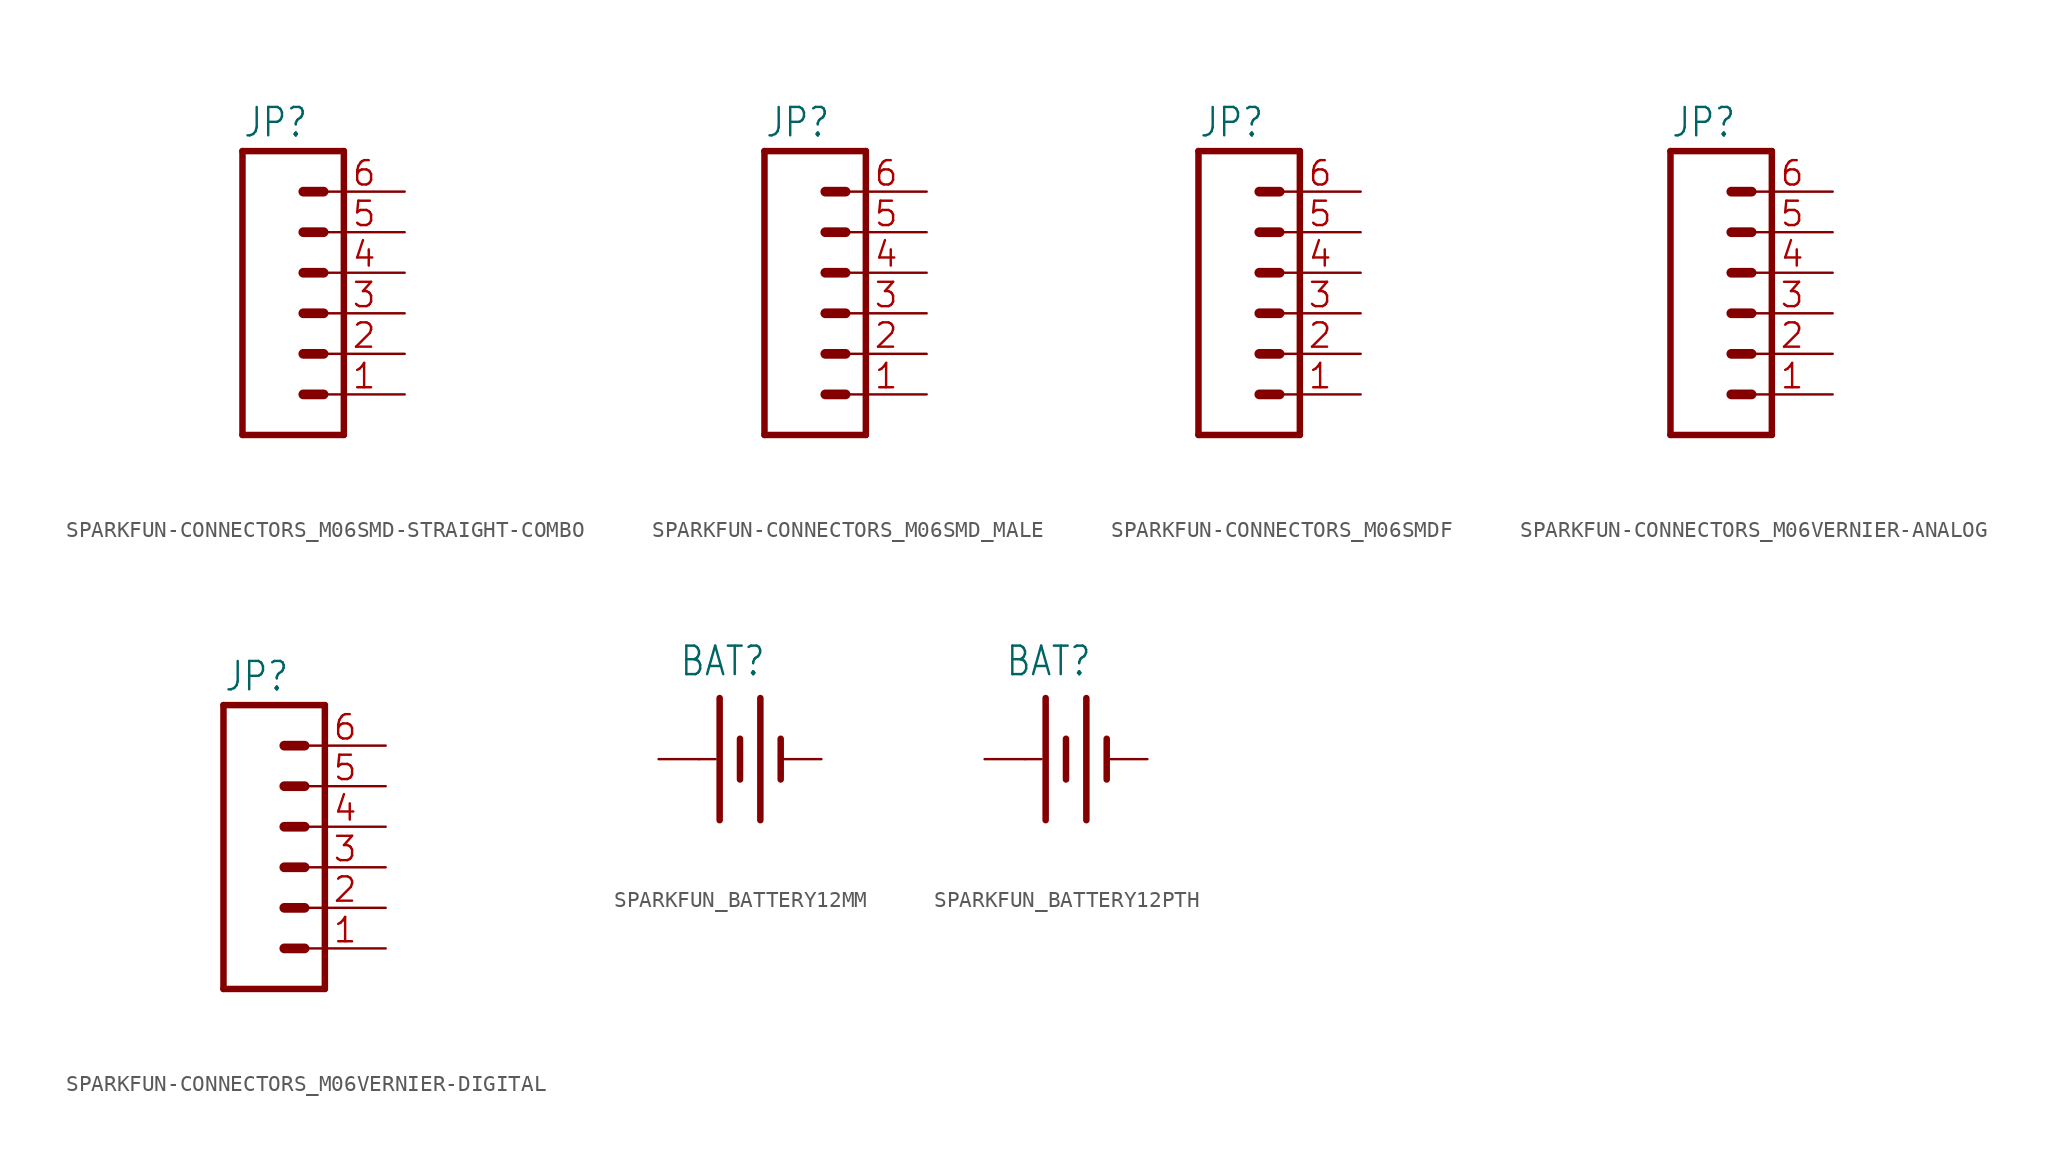
<source format=kicad_sym>
(kicad_symbol_lib
  (version 20241209)
  (generator "kicad_symbol_editor")
  (generator_version "9.0")
  (symbol "SPARKFUN-CONNECTORS_M06SMD-STRAIGHT-COMBO"
    (property "Reference" "JP"
      (at -5.08 10.922 0)
      (effects (font (size 1.778 1.511)) (justify left bottom)))
    (property "Value" ""
      (at -5.08 -10.16 0)
      (effects (font (size 1.778 1.511)) (justify left bottom)))
    (property "ki_locked" ""
      (at 0 0 0)
      (effects (font (size 1.27 1.27))))
    (symbol "SPARKFUN-CONNECTORS_M06SMD-STRAIGHT-COMBO_1_0"
      (polyline (pts (xy -5.08 10.16) (xy -5.08 -7.62)) (stroke (width 0.406) (type solid)) (fill (type none)))
      (polyline (pts (xy -5.08 10.16) (xy 1.27 10.16)) (stroke (width 0.406) (type solid)) (fill (type none)))
      (polyline (pts (xy -1.27 7.62) (xy 0 7.62)) (stroke (width 0.61) (type solid)) (fill (type none)))
      (polyline (pts (xy -1.27 5.08) (xy 0 5.08)) (stroke (width 0.61) (type solid)) (fill (type none)))
      (polyline (pts (xy -1.27 2.54) (xy 0 2.54)) (stroke (width 0.61) (type solid)) (fill (type none)))
      (polyline (pts (xy -1.27 0) (xy 0 0)) (stroke (width 0.61) (type solid)) (fill (type none)))
      (polyline (pts (xy -1.27 -2.54) (xy 0 -2.54)) (stroke (width 0.61) (type solid)) (fill (type none)))
      (polyline (pts (xy -1.27 -5.08) (xy 0 -5.08)) (stroke (width 0.61) (type solid)) (fill (type none)))
      (polyline (pts (xy 1.27 -7.62) (xy -5.08 -7.62)) (stroke (width 0.406) (type solid)) (fill (type none)))
      (polyline (pts (xy 1.27 -7.62) (xy 1.27 10.16)) (stroke (width 0.406) (type solid)) (fill (type none)))
      (pin passive line (at 5.08 7.62 180) (length 5.08) (name "6" (effects (font (size 0 0)))) (number "6" (effects (font (size 1.524 1.524)))))
      (pin passive line (at 5.08 5.08 180) (length 5.08) (name "5" (effects (font (size 0 0)))) (number "5" (effects (font (size 1.524 1.524)))))
      (pin passive line (at 5.08 2.54 180) (length 5.08) (name "4" (effects (font (size 0 0)))) (number "4" (effects (font (size 1.524 1.524)))))
      (pin passive line (at 5.08 0 180) (length 5.08) (name "3" (effects (font (size 0 0)))) (number "3" (effects (font (size 1.524 1.524)))))
      (pin passive line (at 5.08 -2.54 180) (length 5.08) (name "2" (effects (font (size 0 0)))) (number "2" (effects (font (size 1.524 1.524)))))
      (pin passive line (at 5.08 -5.08 180) (length 5.08) (name "1" (effects (font (size 0 0)))) (number "1" (effects (font (size 1.524 1.524)))))))
  (symbol "SPARKFUN-CONNECTORS_M06SMD_MALE"
    (property "Reference" "JP"
      (at -5.08 10.922 0)
      (effects (font (size 1.778 1.511)) (justify left bottom)))
    (property "Value" ""
      (at -5.08 -10.16 0)
      (effects (font (size 1.778 1.511)) (justify left bottom)))
    (property "ki_locked" ""
      (at 0 0 0)
      (effects (font (size 1.27 1.27))))
    (symbol "SPARKFUN-CONNECTORS_M06SMD_MALE_1_0"
      (polyline (pts (xy -5.08 10.16) (xy -5.08 -7.62)) (stroke (width 0.406) (type solid)) (fill (type none)))
      (polyline (pts (xy -5.08 10.16) (xy 1.27 10.16)) (stroke (width 0.406) (type solid)) (fill (type none)))
      (polyline (pts (xy -1.27 7.62) (xy 0 7.62)) (stroke (width 0.61) (type solid)) (fill (type none)))
      (polyline (pts (xy -1.27 5.08) (xy 0 5.08)) (stroke (width 0.61) (type solid)) (fill (type none)))
      (polyline (pts (xy -1.27 2.54) (xy 0 2.54)) (stroke (width 0.61) (type solid)) (fill (type none)))
      (polyline (pts (xy -1.27 0) (xy 0 0)) (stroke (width 0.61) (type solid)) (fill (type none)))
      (polyline (pts (xy -1.27 -2.54) (xy 0 -2.54)) (stroke (width 0.61) (type solid)) (fill (type none)))
      (polyline (pts (xy -1.27 -5.08) (xy 0 -5.08)) (stroke (width 0.61) (type solid)) (fill (type none)))
      (polyline (pts (xy 1.27 -7.62) (xy -5.08 -7.62)) (stroke (width 0.406) (type solid)) (fill (type none)))
      (polyline (pts (xy 1.27 -7.62) (xy 1.27 10.16)) (stroke (width 0.406) (type solid)) (fill (type none)))
      (pin passive line (at 5.08 7.62 180) (length 5.08) (name "6" (effects (font (size 0 0)))) (number "6" (effects (font (size 1.524 1.524)))))
      (pin passive line (at 5.08 5.08 180) (length 5.08) (name "5" (effects (font (size 0 0)))) (number "5" (effects (font (size 1.524 1.524)))))
      (pin passive line (at 5.08 2.54 180) (length 5.08) (name "4" (effects (font (size 0 0)))) (number "4" (effects (font (size 1.524 1.524)))))
      (pin passive line (at 5.08 0 180) (length 5.08) (name "3" (effects (font (size 0 0)))) (number "3" (effects (font (size 1.524 1.524)))))
      (pin passive line (at 5.08 -2.54 180) (length 5.08) (name "2" (effects (font (size 0 0)))) (number "2" (effects (font (size 1.524 1.524)))))
      (pin passive line (at 5.08 -5.08 180) (length 5.08) (name "1" (effects (font (size 0 0)))) (number "1" (effects (font (size 1.524 1.524)))))))
  (symbol "SPARKFUN-CONNECTORS_M06SMDF"
    (property "Reference" "JP"
      (at -5.08 10.922 0)
      (effects (font (size 1.778 1.511)) (justify left bottom)))
    (property "Value" ""
      (at -5.08 -10.16 0)
      (effects (font (size 1.778 1.511)) (justify left bottom)))
    (property "ki_locked" ""
      (at 0 0 0)
      (effects (font (size 1.27 1.27))))
    (symbol "SPARKFUN-CONNECTORS_M06SMDF_1_0"
      (polyline (pts (xy -5.08 10.16) (xy -5.08 -7.62)) (stroke (width 0.406) (type solid)) (fill (type none)))
      (polyline (pts (xy -5.08 10.16) (xy 1.27 10.16)) (stroke (width 0.406) (type solid)) (fill (type none)))
      (polyline (pts (xy -1.27 7.62) (xy 0 7.62)) (stroke (width 0.61) (type solid)) (fill (type none)))
      (polyline (pts (xy -1.27 5.08) (xy 0 5.08)) (stroke (width 0.61) (type solid)) (fill (type none)))
      (polyline (pts (xy -1.27 2.54) (xy 0 2.54)) (stroke (width 0.61) (type solid)) (fill (type none)))
      (polyline (pts (xy -1.27 0) (xy 0 0)) (stroke (width 0.61) (type solid)) (fill (type none)))
      (polyline (pts (xy -1.27 -2.54) (xy 0 -2.54)) (stroke (width 0.61) (type solid)) (fill (type none)))
      (polyline (pts (xy -1.27 -5.08) (xy 0 -5.08)) (stroke (width 0.61) (type solid)) (fill (type none)))
      (polyline (pts (xy 1.27 -7.62) (xy -5.08 -7.62)) (stroke (width 0.406) (type solid)) (fill (type none)))
      (polyline (pts (xy 1.27 -7.62) (xy 1.27 10.16)) (stroke (width 0.406) (type solid)) (fill (type none)))
      (pin passive line (at 5.08 7.62 180) (length 5.08) (name "6" (effects (font (size 0 0)))) (number "6" (effects (font (size 1.524 1.524)))))
      (pin passive line (at 5.08 5.08 180) (length 5.08) (name "5" (effects (font (size 0 0)))) (number "5" (effects (font (size 1.524 1.524)))))
      (pin passive line (at 5.08 2.54 180) (length 5.08) (name "4" (effects (font (size 0 0)))) (number "4" (effects (font (size 1.524 1.524)))))
      (pin passive line (at 5.08 0 180) (length 5.08) (name "3" (effects (font (size 0 0)))) (number "3" (effects (font (size 1.524 1.524)))))
      (pin passive line (at 5.08 -2.54 180) (length 5.08) (name "2" (effects (font (size 0 0)))) (number "2" (effects (font (size 1.524 1.524)))))
      (pin passive line (at 5.08 -5.08 180) (length 5.08) (name "1" (effects (font (size 0 0)))) (number "1" (effects (font (size 1.524 1.524)))))))
  (symbol "SPARKFUN-CONNECTORS_M06VERNIER-ANALOG"
    (property "Reference" "JP"
      (at -5.08 10.922 0)
      (effects (font (size 1.778 1.511)) (justify left bottom)))
    (property "Value" ""
      (at -5.08 -10.16 0)
      (effects (font (size 1.778 1.511)) (justify left bottom)))
    (property "ki_locked" ""
      (at 0 0 0)
      (effects (font (size 1.27 1.27))))
    (symbol "SPARKFUN-CONNECTORS_M06VERNIER-ANALOG_1_0"
      (polyline (pts (xy -5.08 10.16) (xy -5.08 -7.62)) (stroke (width 0.406) (type solid)) (fill (type none)))
      (polyline (pts (xy -5.08 10.16) (xy 1.27 10.16)) (stroke (width 0.406) (type solid)) (fill (type none)))
      (polyline (pts (xy -1.27 7.62) (xy 0 7.62)) (stroke (width 0.61) (type solid)) (fill (type none)))
      (polyline (pts (xy -1.27 5.08) (xy 0 5.08)) (stroke (width 0.61) (type solid)) (fill (type none)))
      (polyline (pts (xy -1.27 2.54) (xy 0 2.54)) (stroke (width 0.61) (type solid)) (fill (type none)))
      (polyline (pts (xy -1.27 0) (xy 0 0)) (stroke (width 0.61) (type solid)) (fill (type none)))
      (polyline (pts (xy -1.27 -2.54) (xy 0 -2.54)) (stroke (width 0.61) (type solid)) (fill (type none)))
      (polyline (pts (xy -1.27 -5.08) (xy 0 -5.08)) (stroke (width 0.61) (type solid)) (fill (type none)))
      (polyline (pts (xy 1.27 -7.62) (xy -5.08 -7.62)) (stroke (width 0.406) (type solid)) (fill (type none)))
      (polyline (pts (xy 1.27 -7.62) (xy 1.27 10.16)) (stroke (width 0.406) (type solid)) (fill (type none)))
      (pin passive line (at 5.08 7.62 180) (length 5.08) (name "6" (effects (font (size 0 0)))) (number "6" (effects (font (size 1.524 1.524)))))
      (pin passive line (at 5.08 5.08 180) (length 5.08) (name "5" (effects (font (size 0 0)))) (number "5" (effects (font (size 1.524 1.524)))))
      (pin passive line (at 5.08 2.54 180) (length 5.08) (name "4" (effects (font (size 0 0)))) (number "4" (effects (font (size 1.524 1.524)))))
      (pin passive line (at 5.08 0 180) (length 5.08) (name "3" (effects (font (size 0 0)))) (number "3" (effects (font (size 1.524 1.524)))))
      (pin passive line (at 5.08 -2.54 180) (length 5.08) (name "2" (effects (font (size 0 0)))) (number "2" (effects (font (size 1.524 1.524)))))
      (pin passive line (at 5.08 -5.08 180) (length 5.08) (name "1" (effects (font (size 0 0)))) (number "1" (effects (font (size 1.524 1.524)))))))
  (symbol "SPARKFUN-CONNECTORS_M06VERNIER-DIGITAL"
    (property "Reference" "JP"
      (at -5.08 10.922 0)
      (effects (font (size 1.778 1.511)) (justify left bottom)))
    (property "Value" ""
      (at -5.08 -10.16 0)
      (effects (font (size 1.778 1.511)) (justify left bottom)))
    (property "ki_locked" ""
      (at 0 0 0)
      (effects (font (size 1.27 1.27))))
    (symbol "SPARKFUN-CONNECTORS_M06VERNIER-DIGITAL_1_0"
      (polyline (pts (xy -5.08 10.16) (xy -5.08 -7.62)) (stroke (width 0.406) (type solid)) (fill (type none)))
      (polyline (pts (xy -5.08 10.16) (xy 1.27 10.16)) (stroke (width 0.406) (type solid)) (fill (type none)))
      (polyline (pts (xy -1.27 7.62) (xy 0 7.62)) (stroke (width 0.61) (type solid)) (fill (type none)))
      (polyline (pts (xy -1.27 5.08) (xy 0 5.08)) (stroke (width 0.61) (type solid)) (fill (type none)))
      (polyline (pts (xy -1.27 2.54) (xy 0 2.54)) (stroke (width 0.61) (type solid)) (fill (type none)))
      (polyline (pts (xy -1.27 0) (xy 0 0)) (stroke (width 0.61) (type solid)) (fill (type none)))
      (polyline (pts (xy -1.27 -2.54) (xy 0 -2.54)) (stroke (width 0.61) (type solid)) (fill (type none)))
      (polyline (pts (xy -1.27 -5.08) (xy 0 -5.08)) (stroke (width 0.61) (type solid)) (fill (type none)))
      (polyline (pts (xy 1.27 -7.62) (xy -5.08 -7.62)) (stroke (width 0.406) (type solid)) (fill (type none)))
      (polyline (pts (xy 1.27 -7.62) (xy 1.27 10.16)) (stroke (width 0.406) (type solid)) (fill (type none)))
      (pin passive line (at 5.08 7.62 180) (length 5.08) (name "6" (effects (font (size 0 0)))) (number "6" (effects (font (size 1.524 1.524)))))
      (pin passive line (at 5.08 5.08 180) (length 5.08) (name "5" (effects (font (size 0 0)))) (number "5" (effects (font (size 1.524 1.524)))))
      (pin passive line (at 5.08 2.54 180) (length 5.08) (name "4" (effects (font (size 0 0)))) (number "4" (effects (font (size 1.524 1.524)))))
      (pin passive line (at 5.08 0 180) (length 5.08) (name "3" (effects (font (size 0 0)))) (number "3" (effects (font (size 1.524 1.524)))))
      (pin passive line (at 5.08 -2.54 180) (length 5.08) (name "2" (effects (font (size 0 0)))) (number "2" (effects (font (size 1.524 1.524)))))
      (pin passive line (at 5.08 -5.08 180) (length 5.08) (name "1" (effects (font (size 0 0)))) (number "1" (effects (font (size 1.524 1.524)))))))
  (symbol "SPARKFUN_BATTERY12MM"
    (property "Reference" "BAT"
      (at -3.81 5.08 0)
      (effects (font (size 1.778 1.511)) (justify left bottom)))
    (property "Value" ""
      (at -3.81 -6.35 0)
      (effects (font (size 1.778 1.511)) (justify left bottom)))
    (property "ki_locked" ""
      (at 0 0 0)
      (effects (font (size 1.27 1.27))))
    (symbol "SPARKFUN_BATTERY12MM_1_0"
      (polyline (pts (xy -2.54 0) (xy -1.524 0)) (stroke (width 0.152) (type solid)) (fill (type none)))
      (polyline (pts (xy -1.27 3.81) (xy -1.27 -3.81)) (stroke (width 0.406) (type solid)) (fill (type none)))
      (polyline (pts (xy 0 1.27) (xy 0 -1.27)) (stroke (width 0.406) (type solid)) (fill (type none)))
      (polyline (pts (xy 1.27 3.81) (xy 1.27 -3.81)) (stroke (width 0.406) (type solid)) (fill (type none)))
      (polyline (pts (xy 2.54 1.27) (xy 2.54 -1.27)) (stroke (width 0.406) (type solid)) (fill (type none)))
      (pin power_in line (at -5.08 0 0) (length 2.54) (name "+" (effects (font (size 0 0)))) (number "PWR@1" (effects (font (size 0 0)))))
      (pin power_in line (at 5.08 0 180) (length 2.54) (name "-" (effects (font (size 0 0)))) (number "GND" (effects (font (size 0 0)))))))
  (symbol "SPARKFUN_BATTERY12PTH"
    (property "Reference" "BAT"
      (at -3.81 5.08 0)
      (effects (font (size 1.778 1.511)) (justify left bottom)))
    (property "Value" ""
      (at -3.81 -6.35 0)
      (effects (font (size 1.778 1.511)) (justify left bottom)))
    (property "ki_locked" ""
      (at 0 0 0)
      (effects (font (size 1.27 1.27))))
    (symbol "SPARKFUN_BATTERY12PTH_1_0"
      (polyline (pts (xy -2.54 0) (xy -1.524 0)) (stroke (width 0.152) (type solid)) (fill (type none)))
      (polyline (pts (xy -1.27 3.81) (xy -1.27 -3.81)) (stroke (width 0.406) (type solid)) (fill (type none)))
      (polyline (pts (xy 0 1.27) (xy 0 -1.27)) (stroke (width 0.406) (type solid)) (fill (type none)))
      (polyline (pts (xy 1.27 3.81) (xy 1.27 -3.81)) (stroke (width 0.406) (type solid)) (fill (type none)))
      (polyline (pts (xy 2.54 1.27) (xy 2.54 -1.27)) (stroke (width 0.406) (type solid)) (fill (type none)))
      (pin power_in line (at -5.08 0 0) (length 2.54) (name "+" (effects (font (size 0 0)))) (number "VCC@1" (effects (font (size 0 0)))))
      (pin power_in line (at 5.08 0 180) (length 2.54) (name "-" (effects (font (size 0 0)))) (number "GND" (effects (font (size 0 0))))))))
</source>
